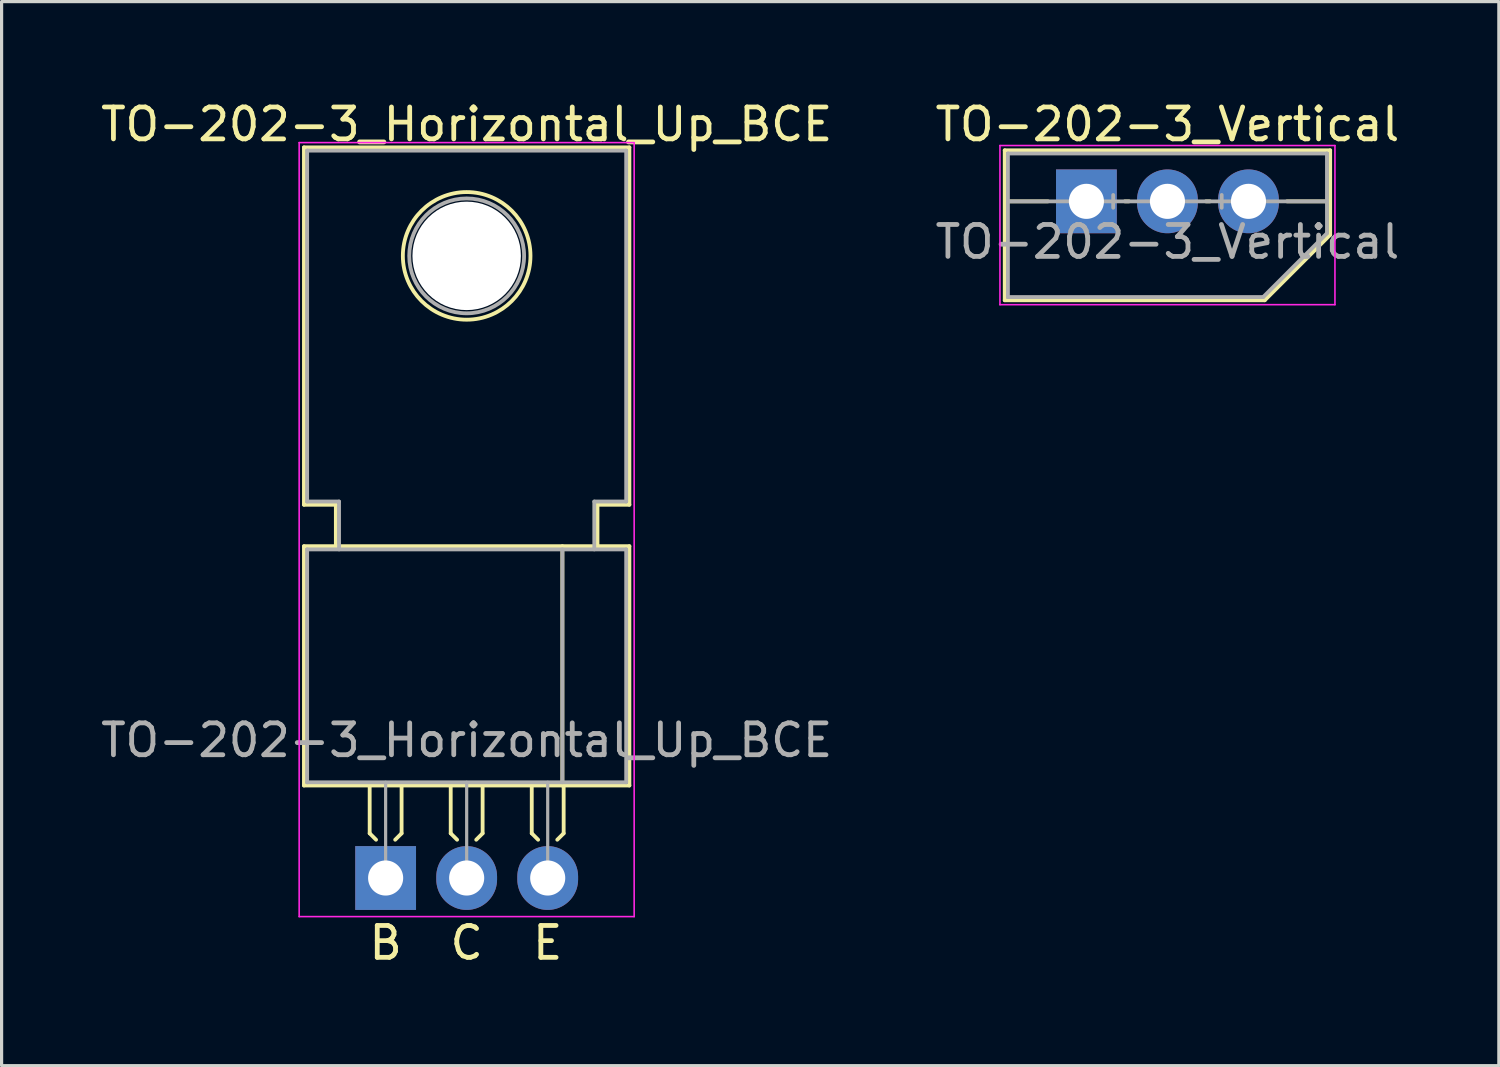
<source format=kicad_pcb>
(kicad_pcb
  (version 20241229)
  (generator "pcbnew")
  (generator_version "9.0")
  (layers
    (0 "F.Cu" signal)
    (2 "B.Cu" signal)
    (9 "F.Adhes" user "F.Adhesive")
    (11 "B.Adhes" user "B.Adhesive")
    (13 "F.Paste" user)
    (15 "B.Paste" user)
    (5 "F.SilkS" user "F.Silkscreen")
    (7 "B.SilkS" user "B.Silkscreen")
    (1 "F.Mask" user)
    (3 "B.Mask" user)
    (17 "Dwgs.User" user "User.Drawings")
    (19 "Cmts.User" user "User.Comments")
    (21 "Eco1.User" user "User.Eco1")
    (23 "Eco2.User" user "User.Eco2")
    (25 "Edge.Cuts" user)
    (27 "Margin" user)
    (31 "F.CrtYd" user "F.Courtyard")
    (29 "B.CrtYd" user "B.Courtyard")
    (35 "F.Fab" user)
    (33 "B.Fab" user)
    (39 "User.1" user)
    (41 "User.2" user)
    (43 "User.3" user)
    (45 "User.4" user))
  (footprint "TO-202-3_Vertical"
    (layer "F.Cu")
    (at 31.002 3.261)
    (property "Reference" "TO-202-3_Vertical" (at 2.54 -2.413 0) (layer "F.SilkS") (effects (font (size 1 1) (thickness 0.15))))
    (attr through_hole)
    (fp_line (start -2.56 -1.6) (end 7.64 -1.6) (stroke (width 0.12) (type solid)) (layer "F.SilkS"))
    (fp_line (start -2.56 3.1) (end -2.56 -1.6) (stroke (width 0.12) (type solid)) (layer "F.SilkS"))
    (fp_line (start -1.206 0) (end -2.54 0) (stroke (width 0.12) (type solid)) (layer "F.SilkS"))
    (fp_line (start 1.333 0) (end 1.206 0) (stroke (width 0.12) (type solid)) (layer "F.SilkS"))
    (fp_line (start 3.747 0) (end 3.873 0) (stroke (width 0.12) (type solid)) (layer "F.SilkS"))
    (fp_line (start 5.59 3.1) (end -2.56 3.1) (stroke (width 0.12) (type solid)) (layer "F.SilkS"))
    (fp_line (start 6.287 0) (end 7.62 0) (stroke (width 0.12) (type solid)) (layer "F.SilkS"))
    (fp_line (start 7.64 -1.6) (end 7.64 1.05) (stroke (width 0.12) (type solid)) (layer "F.SilkS"))
    (fp_line (start 7.64 1.05) (end 5.59 3.1) (stroke (width 0.12) (type solid)) (layer "F.SilkS"))
    (fp_line (start -2.71 -1.749) (end -2.71 3.239) (stroke (width 0.05) (type solid)) (layer "F.CrtYd"))
    (fp_line (start -2.71 3.239) (end 7.79 3.239) (stroke (width 0.05) (type solid)) (layer "F.CrtYd"))
    (fp_line (start 7.79 -1.749) (end -2.71 -1.749) (stroke (width 0.05) (type solid)) (layer "F.CrtYd"))
    (fp_line (start 7.79 3.239) (end 7.79 -1.749) (stroke (width 0.05) (type solid)) (layer "F.CrtYd"))
    (fp_line (start -2.46 -1.5) (end -2.46 3) (stroke (width 0.12) (type solid)) (layer "F.Fab"))
    (fp_line (start -2.46 -1.5) (end 7.54 -1.5) (stroke (width 0.12) (type solid)) (layer "F.Fab"))
    (fp_line (start -2.46 3) (end 5.54 3) (stroke (width 0.12) (type solid)) (layer "F.Fab"))
    (fp_line (start 0.84 -0.2) (end 0.84 0.2) (stroke (width 0.12) (type solid)) (layer "F.Fab"))
    (fp_line (start 4.24 -0.2) (end 4.24 0.2) (stroke (width 0.12) (type solid)) (layer "F.Fab"))
    (fp_line (start 7.54 -1.5) (end 7.54 1) (stroke (width 0.12) (type solid)) (layer "F.Fab"))
    (fp_line (start 7.54 0) (end -2.46 0) (stroke (width 0.12) (type solid)) (layer "F.Fab"))
    (fp_line (start 7.54 1) (end 5.54 3) (stroke (width 0.12) (type solid)) (layer "F.Fab"))
    (fp_text user "${REFERENCE}" (at 2.54 1.27 0) (layer "F.Fab") (effects (font (size 1 1) (thickness 0.15))))
    (pad "1" thru_hole rect (at 0 0) (size 1.905 2) (drill 1.1) (layers "*.Cu" "*.Mask"))
    (pad "2" thru_hole oval (at 2.54 0) (size 1.905 2) (drill 1.1) (layers "*.Cu" "*.Mask"))
    (pad "3" thru_hole oval (at 5.08 0) (size 1.905 2) (drill 1.1) (layers "*.Cu" "*.Mask")))
  (footprint "TO-202-3_Horizontal_Up_BCE"
    (layer "F.Cu")
    (at 9.037 24.47)
    (property "Reference" "TO-202-3_Horizontal_Up_BCE" (at 2.54 -23.622 0) (layer "F.SilkS") (effects (font (size 1 1) (thickness 0.15))))
    (fp_line (start -2.56 -22.9) (end 7.64 -22.9) (stroke (width 0.12) (type solid)) (layer "F.SilkS"))
    (fp_line (start -2.56 -11.7) (end -2.56 -22.9) (stroke (width 0.12) (type solid)) (layer "F.SilkS"))
    (fp_line (start -2.56 -10.4) (end -1.56 -10.4) (stroke (width 0.12) (type solid)) (layer "F.SilkS"))
    (fp_line (start -2.56 -2.9) (end -2.56 -10.4) (stroke (width 0.12) (type solid)) (layer "F.SilkS"))
    (fp_line (start -1.56 -11.7) (end -2.56 -11.7) (stroke (width 0.12) (type solid)) (layer "F.SilkS"))
    (fp_line (start -1.56 -10.4) (end -1.56 -11.7) (stroke (width 0.12) (type solid)) (layer "F.SilkS"))
    (fp_line (start -1.56 -10.4) (end 6.64 -10.4) (stroke (width 0.12) (type solid)) (layer "F.SilkS"))
    (fp_line (start -0.5 -2.9) (end -0.5 -1.4) (stroke (width 0.12) (type solid)) (layer "F.SilkS"))
    (fp_line (start -0.5 -1.4) (end -0.3 -1.2) (stroke (width 0.12) (type solid)) (layer "F.SilkS"))
    (fp_line (start 0.5 -2.9) (end 0.5 -1.4) (stroke (width 0.12) (type solid)) (layer "F.SilkS"))
    (fp_line (start 0.5 -1.4) (end 0.3 -1.2) (stroke (width 0.12) (type solid)) (layer "F.SilkS"))
    (fp_line (start 2.04 -2.9) (end 2.04 -1.4) (stroke (width 0.12) (type solid)) (layer "F.SilkS"))
    (fp_line (start 2.04 -1.4) (end 2.24 -1.2) (stroke (width 0.12) (type solid)) (layer "F.SilkS"))
    (fp_line (start 3.04 -2.9) (end 3.04 -1.4) (stroke (width 0.12) (type solid)) (layer "F.SilkS"))
    (fp_line (start 3.04 -1.4) (end 2.84 -1.2) (stroke (width 0.12) (type solid)) (layer "F.SilkS"))
    (fp_line (start 4.58 -2.9) (end 4.58 -1.4) (stroke (width 0.12) (type solid)) (layer "F.SilkS"))
    (fp_line (start 4.58 -1.4) (end 4.78 -1.2) (stroke (width 0.12) (type solid)) (layer "F.SilkS"))
    (fp_line (start 5.54 -10.4) (end 5.54 -2.9) (stroke (width 0.12) (type solid)) (layer "F.SilkS"))
    (fp_line (start 5.58 -2.9) (end 5.58 -1.4) (stroke (width 0.12) (type solid)) (layer "F.SilkS"))
    (fp_line (start 5.58 -1.4) (end 5.38 -1.2) (stroke (width 0.12) (type solid)) (layer "F.SilkS"))
    (fp_line (start 6.64 -11.7) (end 6.64 -10.4) (stroke (width 0.12) (type solid)) (layer "F.SilkS"))
    (fp_line (start 6.64 -10.4) (end 7.64 -10.4) (stroke (width 0.12) (type solid)) (layer "F.SilkS"))
    (fp_line (start 7.64 -22.9) (end 7.64 -11.7) (stroke (width 0.12) (type solid)) (layer "F.SilkS"))
    (fp_line (start 7.64 -11.7) (end 6.64 -11.7) (stroke (width 0.12) (type solid)) (layer "F.SilkS"))
    (fp_line (start 7.64 -10.4) (end 7.64 -2.9) (stroke (width 0.12) (type solid)) (layer "F.SilkS"))
    (fp_line (start 7.64 -2.9) (end -2.56 -2.9) (stroke (width 0.12) (type solid)) (layer "F.SilkS"))
    (fp_circle (center 2.54 -19.5) (end 4.54 -19.5) (stroke (width 0.12) (type solid)) (fill no) (layer "F.SilkS"))
    (fp_line (start -2.71 -23.05) (end -2.71 1.21) (stroke (width 0.05) (type solid)) (layer "F.CrtYd"))
    (fp_line (start -2.71 1.21) (end 7.79 1.21) (stroke (width 0.05) (type solid)) (layer "F.CrtYd"))
    (fp_line (start 7.79 -23.05) (end -2.71 -23.05) (stroke (width 0.05) (type solid)) (layer "F.CrtYd"))
    (fp_line (start 7.79 1.21) (end 7.79 -23.05) (stroke (width 0.05) (type solid)) (layer "F.CrtYd"))
    (fp_line (start -2.46 -22.8) (end 7.54 -22.8) (stroke (width 0.12) (type solid)) (layer "F.Fab"))
    (fp_line (start -2.46 -11.8) (end -2.46 -22.8) (stroke (width 0.12) (type solid)) (layer "F.Fab"))
    (fp_line (start -2.46 -10.3) (end -2.46 -3) (stroke (width 0.12) (type solid)) (layer "F.Fab"))
    (fp_line (start -2.46 -3) (end 7.54 -3) (stroke (width 0.12) (type solid)) (layer "F.Fab"))
    (fp_line (start -1.46 -11.8) (end -2.46 -11.8) (stroke (width 0.12) (type solid)) (layer "F.Fab"))
    (fp_line (start -1.46 -10.3) (end -1.46 -11.8) (stroke (width 0.12) (type solid)) (layer "F.Fab"))
    (fp_line (start 0 0) (end 0 -3) (stroke (width 0.1) (type solid)) (layer "F.Fab"))
    (fp_line (start 2.54 0) (end 2.54 -3) (stroke (width 0.1) (type solid)) (layer "F.Fab"))
    (fp_line (start 5.08 0) (end 5.08 -3) (stroke (width 0.1) (type solid)) (layer "F.Fab"))
    (fp_line (start 5.54 -3) (end 5.54 -10.3) (stroke (width 0.12) (type solid)) (layer "F.Fab"))
    (fp_line (start 6.54 -11.8) (end 6.54 -10.3) (stroke (width 0.12) (type solid)) (layer "F.Fab"))
    (fp_line (start 7.54 -22.8) (end 7.54 -11.8) (stroke (width 0.12) (type solid)) (layer "F.Fab"))
    (fp_line (start 7.54 -11.8) (end 6.54 -11.8) (stroke (width 0.12) (type solid)) (layer "F.Fab"))
    (fp_line (start 7.54 -10.3) (end -2.46 -10.3) (stroke (width 0.12) (type solid)) (layer "F.Fab"))
    (fp_line (start 7.54 -3) (end 7.54 -10.3) (stroke (width 0.12) (type solid)) (layer "F.Fab"))
    (fp_circle (center 2.54 -19.5) (end 4.34 -19.5) (stroke (width 0.12) (type solid)) (fill no) (layer "F.Fab"))
    (fp_text user "E" (at 5.08 2.032 0) (unlocked yes) (layer "F.SilkS") (effects (font (size 1 1) (thickness 0.15))))
    (fp_text user "B" (at 0 2.032 0) (unlocked yes) (layer "F.SilkS") (effects (font (size 1 1) (thickness 0.15))))
    (fp_text user "C" (at 2.54 2.032 0) (unlocked yes) (layer "F.SilkS") (effects (font (size 1 1) (thickness 0.15))))
    (fp_text user "${REFERENCE}" (at 2.54 -4.318 0) (layer "F.Fab") (effects (font (size 1 1) (thickness 0.15))))
    (pad "" np_thru_hole circle (at 2.54 -19.5) (size 3.4 3.4) (drill 3.4) (layers "*.Cu" "*.Mask"))
    (pad "1" thru_hole rect (at 0 0) (size 1.905 2) (drill 1.1) (layers "*.Cu" "*.Mask"))
    (pad "2" thru_hole oval (at 2.54 0) (size 1.905 2) (drill 1.1) (layers "*.Cu" "*.Mask"))
    (pad "3" thru_hole oval (at 5.08 0) (size 1.905 2) (drill 1.1) (layers "*.Cu" "*.Mask")))
  (gr_rect
    (start -3 -3)
    (end 43.929 30.351)
    (stroke (width 0.1) (type default))
    (fill no)
    (layer "Edge.Cuts")))
</source>
